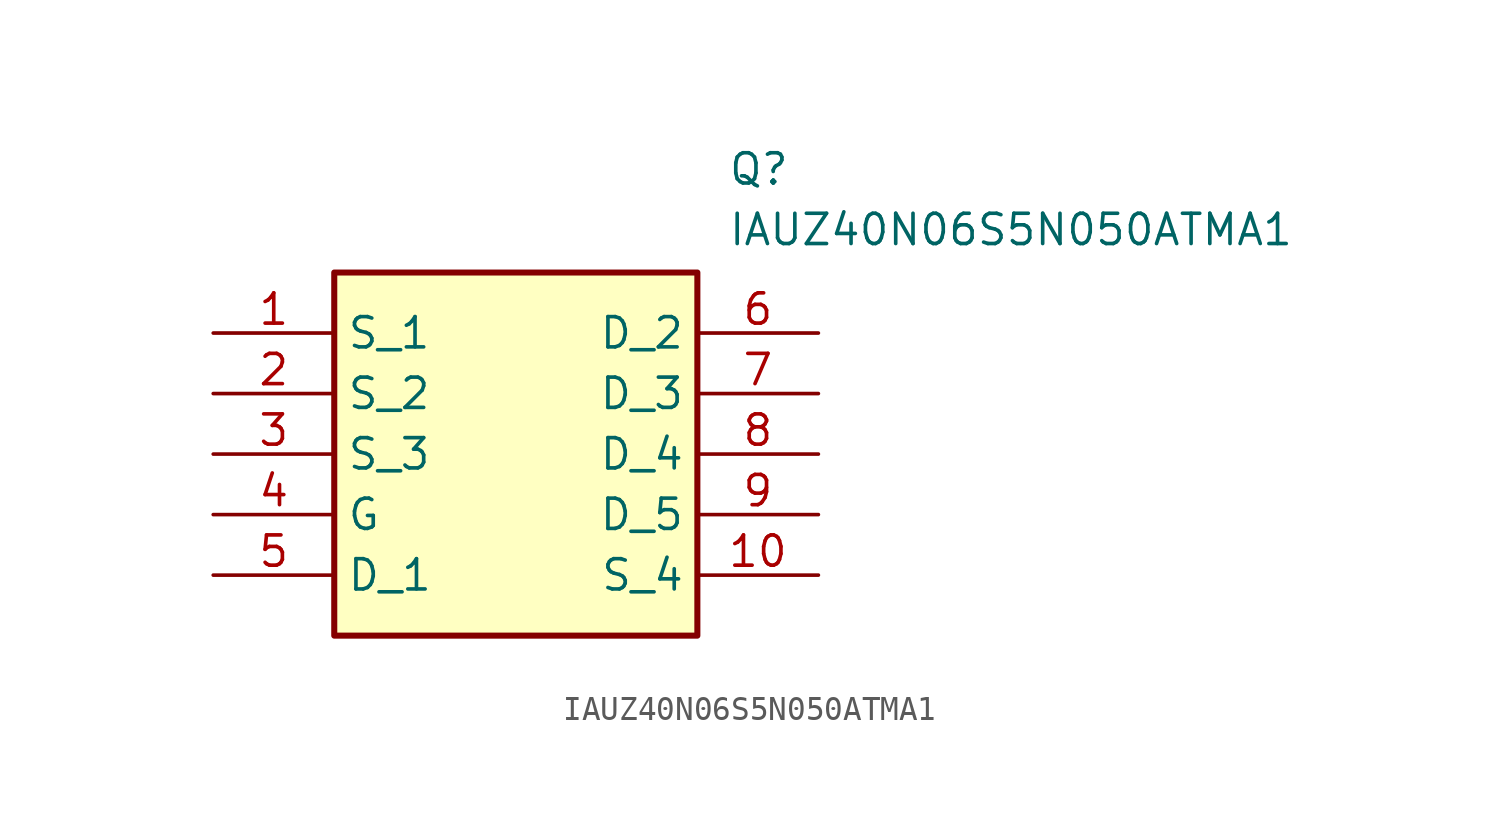
<source format=kicad_sym>
(kicad_symbol_lib
  (version 20211014)
  (generator SamacSys_ECAD_Model)
  (symbol "IAUZ40N06S5N050ATMA1"
    (property "Reference" "Q"
      (at 21.59 7.62 0)
      (effects (font (size 1.27 1.27)) (justify left top)))
    (property "Value" "IAUZ40N06S5N050ATMA1"
      (at 21.59 5.08 0)
      (effects (font (size 1.27 1.27)) (justify left top)))
    (rectangle
      (start 5.08 2.54)
      (end 20.32 -12.7)
      (stroke (width 0.254) (type default))
      (fill (type background)))
    (pin passive line
      (at 0 0 0)
      (length 5.08)
      (name "S_1" (effects (font (size 1.27 1.27))))
      (number "1" (effects (font (size 1.27 1.27)))))
    (pin passive line
      (at 0 -2.54 0)
      (length 5.08)
      (name "S_2" (effects (font (size 1.27 1.27))))
      (number "2" (effects (font (size 1.27 1.27)))))
    (pin passive line
      (at 0 -5.08 0)
      (length 5.08)
      (name "S_3" (effects (font (size 1.27 1.27))))
      (number "3" (effects (font (size 1.27 1.27)))))
    (pin passive line
      (at 0 -7.62 0)
      (length 5.08)
      (name "G" (effects (font (size 1.27 1.27))))
      (number "4" (effects (font (size 1.27 1.27)))))
    (pin passive line
      (at 0 -10.16 0)
      (length 5.08)
      (name "D_1" (effects (font (size 1.27 1.27))))
      (number "5" (effects (font (size 1.27 1.27)))))
    (pin passive line
      (at 25.4 0 180)
      (length 5.08)
      (name "D_2" (effects (font (size 1.27 1.27))))
      (number "6" (effects (font (size 1.27 1.27)))))
    (pin passive line
      (at 25.4 -2.54 180)
      (length 5.08)
      (name "D_3" (effects (font (size 1.27 1.27))))
      (number "7" (effects (font (size 1.27 1.27)))))
    (pin passive line
      (at 25.4 -5.08 180)
      (length 5.08)
      (name "D_4" (effects (font (size 1.27 1.27))))
      (number "8" (effects (font (size 1.27 1.27)))))
    (pin passive line
      (at 25.4 -7.62 180)
      (length 5.08)
      (name "D_5" (effects (font (size 1.27 1.27))))
      (number "9" (effects (font (size 1.27 1.27)))))
    (pin passive line
      (at 25.4 -10.16 180)
      (length 5.08)
      (name "S_4" (effects (font (size 1.27 1.27))))
      (number "10" (effects (font (size 1.27 1.27)))))))
</source>
